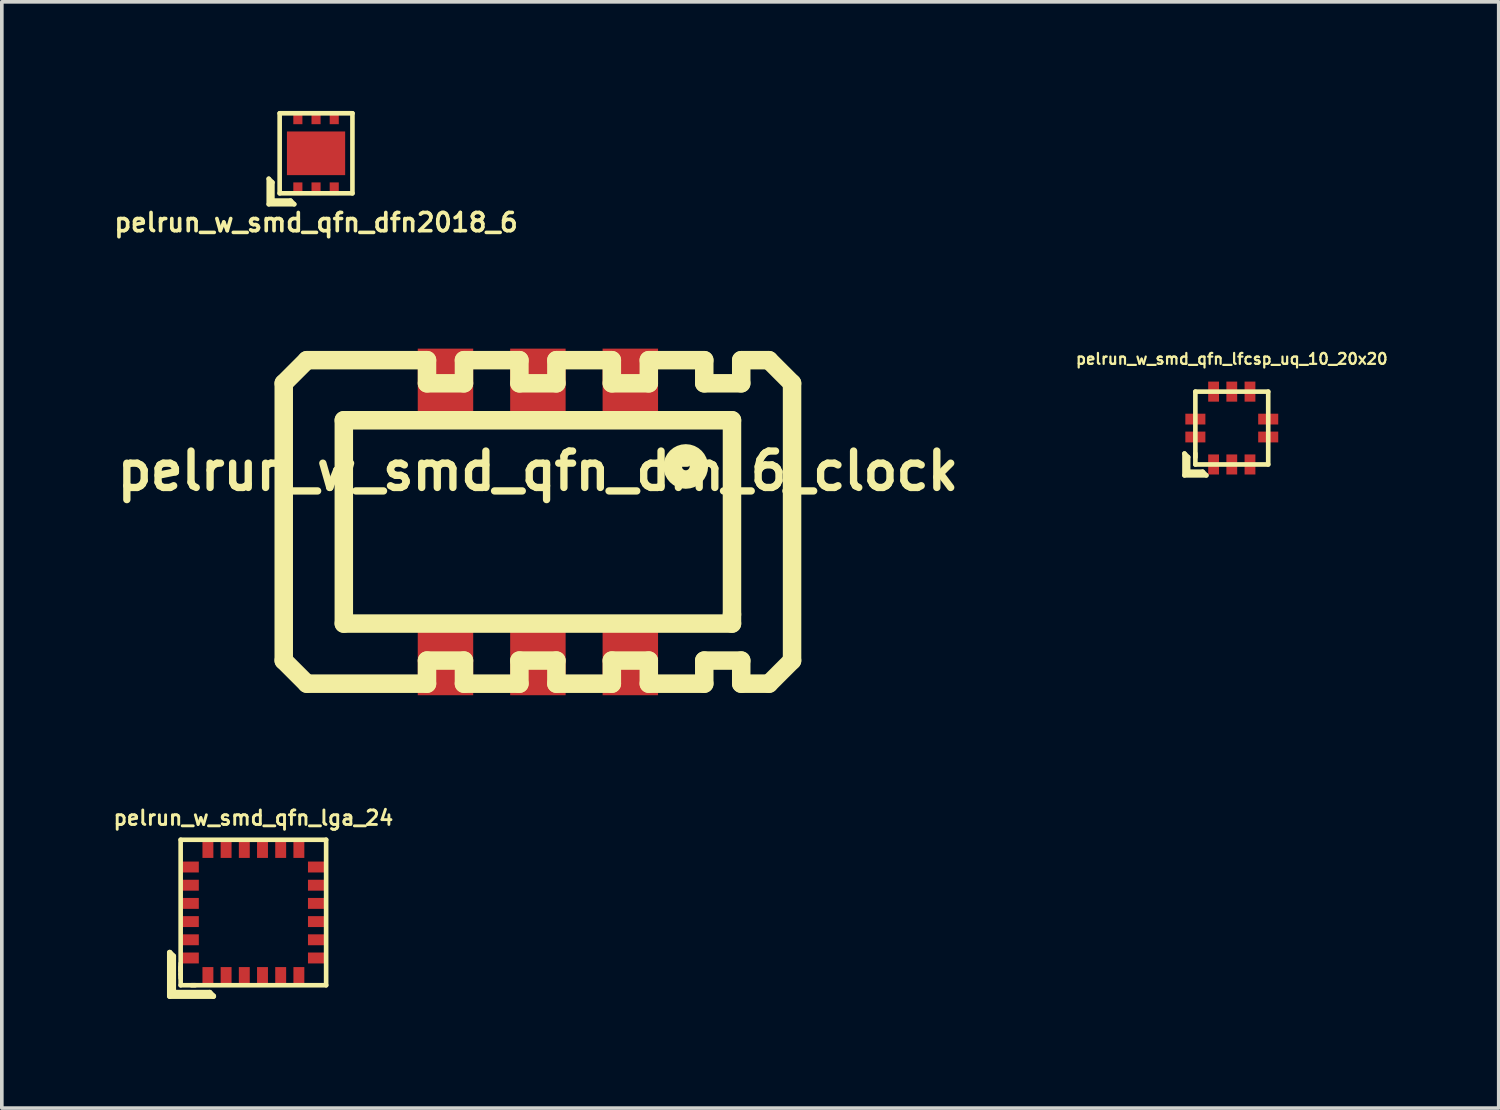
<source format=kicad_pcb>
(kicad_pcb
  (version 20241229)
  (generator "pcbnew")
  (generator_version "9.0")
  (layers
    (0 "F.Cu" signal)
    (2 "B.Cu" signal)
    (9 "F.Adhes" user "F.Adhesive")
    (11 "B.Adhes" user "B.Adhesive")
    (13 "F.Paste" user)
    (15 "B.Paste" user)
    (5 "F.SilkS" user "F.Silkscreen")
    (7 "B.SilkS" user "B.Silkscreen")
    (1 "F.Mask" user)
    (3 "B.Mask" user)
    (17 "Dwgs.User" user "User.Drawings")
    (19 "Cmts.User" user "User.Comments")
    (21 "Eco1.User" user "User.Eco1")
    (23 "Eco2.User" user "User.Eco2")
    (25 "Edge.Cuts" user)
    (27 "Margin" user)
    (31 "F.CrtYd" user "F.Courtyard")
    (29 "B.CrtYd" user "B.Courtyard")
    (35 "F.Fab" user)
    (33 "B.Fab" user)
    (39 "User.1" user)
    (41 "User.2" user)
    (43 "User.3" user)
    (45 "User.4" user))
  (footprint "pelrun_w_smd_qfn_dfn_6_clock"
    (layer "F.Cu")
    (at 11.733 11.294)
    (property "Reference" "pelrun_w_smd_qfn_dfn_6_clock" (at 0 -1.4 0) (layer "F.SilkS") (effects (font (size 1.001 1.001) (thickness 0.201))))
    (attr through_hole)
    (fp_line (start -6.985 -3.81) (end -6.985 3.81) (stroke (width 0.508) (type solid)) (layer "F.SilkS"))
    (fp_line (start -6.985 3.81) (end -6.35 4.445) (stroke (width 0.508) (type solid)) (layer "F.SilkS"))
    (fp_line (start -6.35 -4.445) (end -6.985 -3.81) (stroke (width 0.508) (type solid)) (layer "F.SilkS"))
    (fp_line (start -6.35 4.445) (end -3.048 4.445) (stroke (width 0.508) (type solid)) (layer "F.SilkS"))
    (fp_line (start -5.334 -2.794) (end 5.334 -2.794) (stroke (width 0.508) (type solid)) (layer "F.SilkS"))
    (fp_line (start -5.334 2.794) (end -5.334 -2.794) (stroke (width 0.508) (type solid)) (layer "F.SilkS"))
    (fp_line (start -3.048 -4.445) (end -6.35 -4.445) (stroke (width 0.508) (type solid)) (layer "F.SilkS"))
    (fp_line (start -3.048 -3.81) (end -3.048 -4.445) (stroke (width 0.508) (type solid)) (layer "F.SilkS"))
    (fp_line (start -3.048 3.81) (end -2.032 3.81) (stroke (width 0.508) (type solid)) (layer "F.SilkS"))
    (fp_line (start -3.048 4.445) (end -3.048 3.81) (stroke (width 0.508) (type solid)) (layer "F.SilkS"))
    (fp_line (start -2.032 -4.445) (end -2.032 -3.81) (stroke (width 0.508) (type solid)) (layer "F.SilkS"))
    (fp_line (start -2.032 -3.81) (end -3.048 -3.81) (stroke (width 0.508) (type solid)) (layer "F.SilkS"))
    (fp_line (start -2.032 3.81) (end -2.032 4.445) (stroke (width 0.508) (type solid)) (layer "F.SilkS"))
    (fp_line (start -2.032 4.445) (end -0.508 4.445) (stroke (width 0.508) (type solid)) (layer "F.SilkS"))
    (fp_line (start -0.508 -4.445) (end -2.032 -4.445) (stroke (width 0.508) (type solid)) (layer "F.SilkS"))
    (fp_line (start -0.508 -3.81) (end -0.508 -4.445) (stroke (width 0.508) (type solid)) (layer "F.SilkS"))
    (fp_line (start -0.508 3.81) (end 0.508 3.81) (stroke (width 0.508) (type solid)) (layer "F.SilkS"))
    (fp_line (start -0.508 4.445) (end -0.508 3.81) (stroke (width 0.508) (type solid)) (layer "F.SilkS"))
    (fp_line (start 0.508 -4.445) (end 0.508 -3.81) (stroke (width 0.508) (type solid)) (layer "F.SilkS"))
    (fp_line (start 0.508 -3.81) (end -0.508 -3.81) (stroke (width 0.508) (type solid)) (layer "F.SilkS"))
    (fp_line (start 0.508 3.81) (end 0.508 4.445) (stroke (width 0.508) (type solid)) (layer "F.SilkS"))
    (fp_line (start 0.508 4.445) (end 2.032 4.445) (stroke (width 0.508) (type solid)) (layer "F.SilkS"))
    (fp_line (start 2.032 -4.445) (end 0.508 -4.445) (stroke (width 0.508) (type solid)) (layer "F.SilkS"))
    (fp_line (start 2.032 -3.81) (end 2.032 -4.445) (stroke (width 0.508) (type solid)) (layer "F.SilkS"))
    (fp_line (start 2.032 3.81) (end 3.048 3.81) (stroke (width 0.508) (type solid)) (layer "F.SilkS"))
    (fp_line (start 2.032 4.445) (end 2.032 3.81) (stroke (width 0.508) (type solid)) (layer "F.SilkS"))
    (fp_line (start 3.048 -4.445) (end 3.048 -3.81) (stroke (width 0.508) (type solid)) (layer "F.SilkS"))
    (fp_line (start 3.048 -3.81) (end 2.032 -3.81) (stroke (width 0.508) (type solid)) (layer "F.SilkS"))
    (fp_line (start 3.048 3.81) (end 3.048 4.445) (stroke (width 0.508) (type solid)) (layer "F.SilkS"))
    (fp_line (start 3.048 4.445) (end 4.572 4.445) (stroke (width 0.508) (type solid)) (layer "F.SilkS"))
    (fp_line (start 4.572 -4.445) (end 3.048 -4.445) (stroke (width 0.508) (type solid)) (layer "F.SilkS"))
    (fp_line (start 4.572 -3.81) (end 4.572 -4.445) (stroke (width 0.508) (type solid)) (layer "F.SilkS"))
    (fp_line (start 4.572 3.81) (end 5.588 3.81) (stroke (width 0.508) (type solid)) (layer "F.SilkS"))
    (fp_line (start 4.572 4.445) (end 4.572 3.81) (stroke (width 0.508) (type solid)) (layer "F.SilkS"))
    (fp_line (start 5.334 -2.794) (end 5.334 2.54) (stroke (width 0.508) (type solid)) (layer "F.SilkS"))
    (fp_line (start 5.334 2.54) (end 5.334 2.794) (stroke (width 0.508) (type solid)) (layer "F.SilkS"))
    (fp_line (start 5.334 2.794) (end -5.334 2.794) (stroke (width 0.508) (type solid)) (layer "F.SilkS"))
    (fp_line (start 5.588 -4.445) (end 5.588 -3.81) (stroke (width 0.508) (type solid)) (layer "F.SilkS"))
    (fp_line (start 5.588 -3.81) (end 4.572 -3.81) (stroke (width 0.508) (type solid)) (layer "F.SilkS"))
    (fp_line (start 5.588 3.81) (end 5.588 4.445) (stroke (width 0.508) (type solid)) (layer "F.SilkS"))
    (fp_line (start 5.588 4.445) (end 6.35 4.445) (stroke (width 0.508) (type solid)) (layer "F.SilkS"))
    (fp_line (start 6.35 -4.445) (end 5.588 -4.445) (stroke (width 0.508) (type solid)) (layer "F.SilkS"))
    (fp_line (start 6.35 4.445) (end 6.985 3.81) (stroke (width 0.508) (type solid)) (layer "F.SilkS"))
    (fp_line (start 6.985 -3.81) (end 6.35 -4.445) (stroke (width 0.508) (type solid)) (layer "F.SilkS"))
    (fp_line (start 6.985 3.81) (end 6.985 -3.81) (stroke (width 0.508) (type solid)) (layer "F.SilkS"))
    (fp_circle (center 4.064 -1.524) (end 3.81 -1.27) (stroke (width 0.508) (type solid)) (fill no) (layer "F.SilkS"))
    (pad "1" smd rect (at 2.54 -3.683) (size 1.524 2.159) (layers "F.Cu" "F.Mask" "F.Paste"))
    (pad "2" smd rect (at 0 -3.683) (size 1.524 2.159) (layers "F.Cu" "F.Mask" "F.Paste"))
    (pad "3" smd rect (at -2.54 -3.683) (size 1.524 2.159) (layers "F.Cu" "F.Mask" "F.Paste"))
    (pad "4" smd rect (at -2.54 3.683) (size 1.524 2.159) (layers "F.Cu" "F.Mask" "F.Paste"))
    (pad "5" smd rect (at 0 3.683) (size 1.524 2.159) (layers "F.Cu" "F.Mask" "F.Paste"))
    (pad "6" smd rect (at 2.54 3.683) (size 1.524 2.159) (layers "F.Cu" "F.Mask" "F.Paste")))
  (footprint "pelrun_w_smd_qfn_lfcsp_uq_10_20x20"
    (layer "F.Cu")
    (at 30.803 8.714)
    (property "Reference" "pelrun_w_smd_qfn_lfcsp_uq_10_20x20" (at 0 -1.9 0) (layer "F.SilkS") (effects (font (size 0.3 0.3) (thickness 0.061))))
    (attr through_hole)
    (fp_line (start -1.3 0.7) (end -1.3 1.3) (stroke (width 0.127) (type solid)) (layer "F.SilkS"))
    (fp_line (start -1.3 1.3) (end -0.7 1.3) (stroke (width 0.127) (type solid)) (layer "F.SilkS"))
    (fp_line (start -1.2 0.8) (end -1.3 0.7) (stroke (width 0.127) (type solid)) (layer "F.SilkS"))
    (fp_line (start -1.2 1.2) (end -1.2 0.8) (stroke (width 0.127) (type solid)) (layer "F.SilkS"))
    (fp_line (start -1.001 -1.001) (end 1.001 -1.001) (stroke (width 0.127) (type solid)) (layer "F.SilkS"))
    (fp_line (start -1.001 0.701) (end -1.001 0.8) (stroke (width 0.127) (type solid)) (layer "F.SilkS"))
    (fp_line (start -1.001 1.001) (end -1.001 -1.001) (stroke (width 0.127) (type solid)) (layer "F.SilkS"))
    (fp_line (start -0.8 1.2) (end -1.2 1.2) (stroke (width 0.127) (type solid)) (layer "F.SilkS"))
    (fp_line (start -0.7 1.3) (end -0.8 1.2) (stroke (width 0.127) (type solid)) (layer "F.SilkS"))
    (fp_line (start 1.001 -1.001) (end 1.001 1.001) (stroke (width 0.127) (type solid)) (layer "F.SilkS"))
    (fp_line (start 1.001 1.001) (end -1.001 1.001) (stroke (width 0.127) (type solid)) (layer "F.SilkS"))
    (pad "1" smd rect (at -0.5 1.001) (size 0.297 0.551) (layers "F.Cu" "F.Mask" "F.Paste"))
    (pad "2" smd rect (at 0 1.001) (size 0.297 0.551) (layers "F.Cu" "F.Mask" "F.Paste"))
    (pad "3" smd rect (at 0.5 1.001) (size 0.297 0.551) (layers "F.Cu" "F.Mask" "F.Paste"))
    (pad "4" smd rect (at 1.001 0.246) (size 0.551 0.297) (layers "F.Cu" "F.Mask" "F.Paste"))
    (pad "5" smd rect (at 1.001 -0.246) (size 0.551 0.297) (layers "F.Cu" "F.Mask" "F.Paste"))
    (pad "6" smd rect (at 0.5 -1.001) (size 0.297 0.551) (layers "F.Cu" "F.Mask" "F.Paste"))
    (pad "7" smd rect (at 0 -1.001) (size 0.297 0.551) (layers "F.Cu" "F.Mask" "F.Paste"))
    (pad "8" smd rect (at -0.5 -1.001) (size 0.297 0.551) (layers "F.Cu" "F.Mask" "F.Paste"))
    (pad "9" smd rect (at -1.001 -0.246) (size 0.551 0.297) (layers "F.Cu" "F.Mask" "F.Paste"))
    (pad "10" smd rect (at -1.001 0.246) (size 0.551 0.297) (layers "F.Cu" "F.Mask" "F.Paste")))
  (footprint "pelrun_w_smd_qfn_dfn2018_6"
    (layer "F.Cu")
    (at 5.636 1.163)
    (property "Reference" "pelrun_w_smd_qfn_dfn2018_6" (at 0 1.9 0) (layer "F.SilkS") (effects (font (size 0.5 0.5) (thickness 0.1))))
    (attr through_hole)
    (fp_line (start -1.3 0.7) (end -1.3 1.4) (stroke (width 0.127) (type solid)) (layer "F.SilkS"))
    (fp_line (start -1.3 0.7) (end -1.2 0.8) (stroke (width 0.127) (type solid)) (layer "F.SilkS"))
    (fp_line (start -1.3 1.4) (end -0.6 1.4) (stroke (width 0.127) (type solid)) (layer "F.SilkS"))
    (fp_line (start -1.2 1.3) (end -1.2 0.8) (stroke (width 0.127) (type solid)) (layer "F.SilkS"))
    (fp_line (start -1 -1.1) (end 1 -1.1) (stroke (width 0.127) (type solid)) (layer "F.SilkS"))
    (fp_line (start -1 1.1) (end -1 -1.1) (stroke (width 0.127) (type solid)) (layer "F.SilkS"))
    (fp_line (start -0.7 1.3) (end -1.2 1.3) (stroke (width 0.127) (type solid)) (layer "F.SilkS"))
    (fp_line (start -0.7 1.3) (end -0.6 1.4) (stroke (width 0.127) (type solid)) (layer "F.SilkS"))
    (fp_line (start 1 -1.1) (end 1 1.1) (stroke (width 0.127) (type solid)) (layer "F.SilkS"))
    (fp_line (start 1 1.1) (end -1 1.1) (stroke (width 0.127) (type solid)) (layer "F.SilkS"))
    (pad "1" smd rect (at -0.5 0.975) (size 0.25 0.35) (layers "F.Cu" "F.Mask" "F.Paste"))
    (pad "2" smd rect (at 0 0.975) (size 0.25 0.35) (layers "F.Cu" "F.Mask" "F.Paste"))
    (pad "3" smd rect (at 0.5 0.975) (size 0.25 0.35) (layers "F.Cu" "F.Mask" "F.Paste"))
    (pad "4" smd rect (at 0.5 -0.975) (size 0.25 0.35) (layers "F.Cu" "F.Mask" "F.Paste"))
    (pad "5" smd rect (at 0 -0.975) (size 0.25 0.35) (layers "F.Cu" "F.Mask" "F.Paste"))
    (pad "6" smd rect (at -0.5 -0.975) (size 0.25 0.35) (layers "F.Cu" "F.Mask" "F.Paste"))
    (pad "7" smd rect (at 0 0) (size 1.6 1.2) (layers "F.Cu" "F.Mask" "F.Paste")))
  (footprint "pelrun_w_smd_qfn_lga_24"
    (layer "F.Cu")
    (at 3.914 22.028)
    (property "Reference" "pelrun_w_smd_qfn_lga_24" (at 0 -2.6 0) (layer "F.SilkS") (effects (font (size 0.399 0.399) (thickness 0.079))))
    (attr through_hole)
    (fp_line (start -2.3 2.3) (end -2.3 1.1) (stroke (width 0.15) (type solid)) (layer "F.SilkS"))
    (fp_line (start -2.2 1.2) (end -2.3 1.1) (stroke (width 0.15) (type solid)) (layer "F.SilkS"))
    (fp_line (start -2.2 1.2) (end -2.2 2.2) (stroke (width 0.15) (type solid)) (layer "F.SilkS"))
    (fp_line (start -2.2 2.2) (end -1.2 2.2) (stroke (width 0.15) (type solid)) (layer "F.SilkS"))
    (fp_line (start -1.999 -1.999) (end 1.999 -1.999) (stroke (width 0.127) (type solid)) (layer "F.SilkS"))
    (fp_line (start -1.999 1.4) (end -1.999 1.6) (stroke (width 0.127) (type solid)) (layer "F.SilkS"))
    (fp_line (start -1.999 1.501) (end -1.999 1.699) (stroke (width 0.127) (type solid)) (layer "F.SilkS"))
    (fp_line (start -1.999 1.699) (end -1.999 1.801) (stroke (width 0.127) (type solid)) (layer "F.SilkS"))
    (fp_line (start -1.999 1.999) (end -1.999 -1.999) (stroke (width 0.127) (type solid)) (layer "F.SilkS"))
    (fp_line (start -1.6 1.999) (end -1.699 1.999) (stroke (width 0.127) (type solid)) (layer "F.SilkS"))
    (fp_line (start -1.2 2.2) (end -1.1 2.3) (stroke (width 0.15) (type solid)) (layer "F.SilkS"))
    (fp_line (start -1.1 2.3) (end -2.3 2.3) (stroke (width 0.15) (type solid)) (layer "F.SilkS"))
    (fp_line (start 1.999 -1.999) (end 1.999 1.999) (stroke (width 0.127) (type solid)) (layer "F.SilkS"))
    (fp_line (start 1.999 1.999) (end -1.999 1.999) (stroke (width 0.127) (type solid)) (layer "F.SilkS"))
    (pad "1" smd rect (at -1.25 1.725) (size 0.3 0.45) (layers "F.Cu" "F.Mask" "F.Paste"))
    (pad "2" smd rect (at -0.75 1.725) (size 0.3 0.45) (layers "F.Cu" "F.Mask" "F.Paste"))
    (pad "3" smd rect (at -0.25 1.725) (size 0.3 0.45) (layers "F.Cu" "F.Mask" "F.Paste"))
    (pad "4" smd rect (at 0.25 1.725) (size 0.3 0.45) (layers "F.Cu" "F.Mask" "F.Paste"))
    (pad "5" smd rect (at 0.75 1.725) (size 0.3 0.45) (layers "F.Cu" "F.Mask" "F.Paste"))
    (pad "6" smd rect (at 1.25 1.725) (size 0.3 0.45) (layers "F.Cu" "F.Mask" "F.Paste"))
    (pad "7" smd rect (at 1.725 1.25) (size 0.45 0.3) (layers "F.Cu" "F.Mask" "F.Paste"))
    (pad "8" smd rect (at 1.725 0.75) (size 0.45 0.3) (layers "F.Cu" "F.Mask" "F.Paste"))
    (pad "9" smd rect (at 1.725 0.25) (size 0.45 0.3) (layers "F.Cu" "F.Mask" "F.Paste"))
    (pad "10" smd rect (at 1.725 -0.25) (size 0.45 0.3) (layers "F.Cu" "F.Mask" "F.Paste"))
    (pad "11" smd rect (at 1.725 -0.75) (size 0.45 0.3) (layers "F.Cu" "F.Mask" "F.Paste"))
    (pad "12" smd rect (at 1.725 -1.25) (size 0.45 0.3) (layers "F.Cu" "F.Mask" "F.Paste"))
    (pad "13" smd rect (at 1.25 -1.725) (size 0.3 0.45) (layers "F.Cu" "F.Mask" "F.Paste"))
    (pad "14" smd rect (at 0.75 -1.725) (size 0.3 0.45) (layers "F.Cu" "F.Mask" "F.Paste"))
    (pad "15" smd rect (at 0.25 -1.725) (size 0.3 0.45) (layers "F.Cu" "F.Mask" "F.Paste"))
    (pad "16" smd rect (at -0.25 -1.725) (size 0.3 0.45) (layers "F.Cu" "F.Mask" "F.Paste"))
    (pad "17" smd rect (at -0.75 -1.725) (size 0.3 0.45) (layers "F.Cu" "F.Mask" "F.Paste"))
    (pad "18" smd rect (at -1.25 -1.725) (size 0.3 0.45) (layers "F.Cu" "F.Mask" "F.Paste"))
    (pad "19" smd rect (at -1.725 -1.25) (size 0.45 0.3) (layers "F.Cu" "F.Mask" "F.Paste"))
    (pad "20" smd rect (at -1.725 -0.75) (size 0.45 0.3) (layers "F.Cu" "F.Mask" "F.Paste"))
    (pad "21" smd rect (at -1.725 -0.25) (size 0.45 0.3) (layers "F.Cu" "F.Mask" "F.Paste"))
    (pad "22" smd rect (at -1.725 0.25) (size 0.45 0.3) (layers "F.Cu" "F.Mask" "F.Paste"))
    (pad "23" smd rect (at -1.725 0.75) (size 0.45 0.3) (layers "F.Cu" "F.Mask" "F.Paste"))
    (pad "24" smd rect (at -1.725 1.25) (size 0.45 0.3) (layers "F.Cu" "F.Mask" "F.Paste")))
  (gr_rect
    (start -3 -3)
    (end 38.139 27.403)
    (stroke (width 0.1) (type default))
    (fill no)
    (layer "Edge.Cuts")))
</source>
